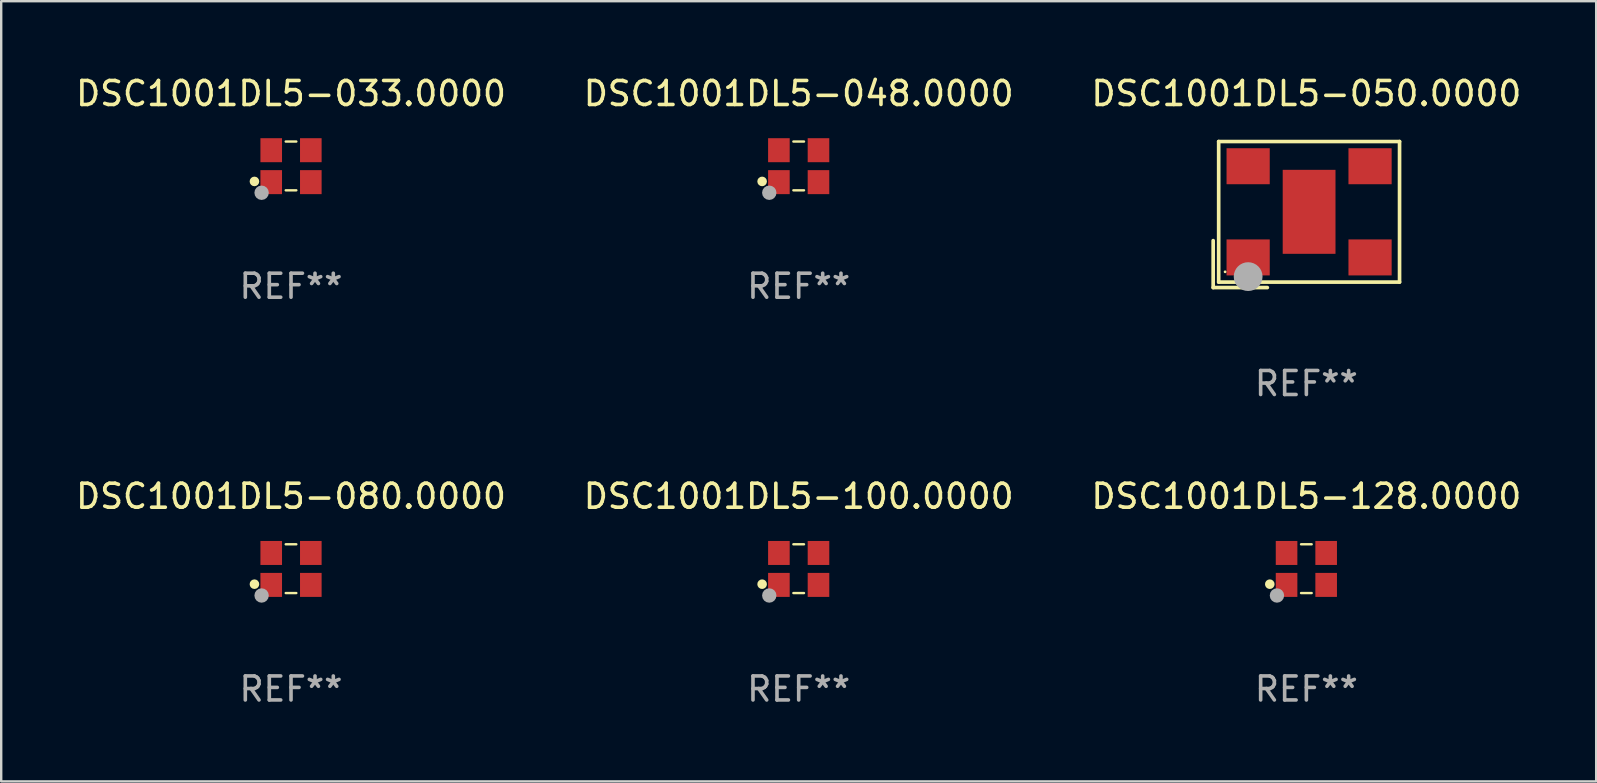
<source format=kicad_pcb>
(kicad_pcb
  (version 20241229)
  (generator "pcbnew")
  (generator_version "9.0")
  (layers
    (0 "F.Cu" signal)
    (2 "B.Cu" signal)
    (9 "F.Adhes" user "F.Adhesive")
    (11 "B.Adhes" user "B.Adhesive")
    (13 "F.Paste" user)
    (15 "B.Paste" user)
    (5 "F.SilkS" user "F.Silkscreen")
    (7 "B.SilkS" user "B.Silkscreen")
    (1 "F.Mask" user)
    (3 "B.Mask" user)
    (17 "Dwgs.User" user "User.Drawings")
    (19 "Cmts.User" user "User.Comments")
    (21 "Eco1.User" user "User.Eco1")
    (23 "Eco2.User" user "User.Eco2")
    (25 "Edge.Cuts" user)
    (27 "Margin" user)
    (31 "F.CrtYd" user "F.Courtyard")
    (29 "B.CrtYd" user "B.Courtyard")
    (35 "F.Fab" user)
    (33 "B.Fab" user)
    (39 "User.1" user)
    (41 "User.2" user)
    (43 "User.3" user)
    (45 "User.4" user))
  (footprint "DSC1001DL5-100.0000"
    (layer "F.Cu")
    (at 30.232 20.647)
    (property "Reference" "DSC1001DL5-100.0000" (at 0 -3.016 0) (layer "F.SilkS") (effects (font (size 1 1) (thickness 0.15))))
    (attr through_hole)
    (fp_line (start -0.221 -1.016) (end 0.221 -1.016) (stroke (width 0.1) (type solid)) (layer "F.SilkS"))
    (fp_line (start -0.221 1.016) (end 0.221 1.016) (stroke (width 0.1) (type solid)) (layer "F.SilkS"))
    (fp_circle (center -1.524 0.646) (end -1.424 0.646) (stroke (width 0.2) (type solid)) (fill no) (layer "F.SilkS"))
    (fp_circle (center -1.25 1) (end -1.22 1) (stroke (width 0.06) (type solid)) (fill no) (layer "F.SilkS"))
    (fp_circle (center -1.226 1.118) (end -1.076 1.118) (stroke (width 0.3) (type solid)) (fill no) (layer "F.Fab"))
    (fp_text user "REF**" (at 0 5.016 0) (layer "F.Fab") (effects (font (size 1 1) (thickness 0.15))))
    (pad "1" smd rect (at -0.825 0.676) (size 0.9 1) (layers "F.Cu" "F.Mask" "F.Paste"))
    (pad "2" smd rect (at 0.825 0.676) (size 0.9 1) (layers "F.Cu" "F.Mask" "F.Paste"))
    (pad "3" smd rect (at 0.825 -0.655) (size 0.9 1) (layers "F.Cu" "F.Mask" "F.Paste"))
    (pad "4" smd rect (at -0.825 -0.655) (size 0.9 1) (layers "F.Cu" "F.Mask" "F.Paste")))
  (footprint "DSC1001DL5-048.0000"
    (layer "F.Cu")
    (at 30.232 3.864)
    (property "Reference" "DSC1001DL5-048.0000" (at 0 -3.016 0) (layer "F.SilkS") (effects (font (size 1 1) (thickness 0.15))))
    (attr through_hole)
    (fp_line (start -0.221 -1.016) (end 0.221 -1.016) (stroke (width 0.1) (type solid)) (layer "F.SilkS"))
    (fp_line (start -0.221 1.016) (end 0.221 1.016) (stroke (width 0.1) (type solid)) (layer "F.SilkS"))
    (fp_circle (center -1.524 0.646) (end -1.424 0.646) (stroke (width 0.2) (type solid)) (fill no) (layer "F.SilkS"))
    (fp_circle (center -1.25 1) (end -1.22 1) (stroke (width 0.06) (type solid)) (fill no) (layer "F.SilkS"))
    (fp_circle (center -1.226 1.118) (end -1.076 1.118) (stroke (width 0.3) (type solid)) (fill no) (layer "F.Fab"))
    (fp_text user "REF**" (at 0 5.016 0) (layer "F.Fab") (effects (font (size 1 1) (thickness 0.15))))
    (pad "1" smd rect (at -0.825 0.676) (size 0.9 1) (layers "F.Cu" "F.Mask" "F.Paste"))
    (pad "2" smd rect (at 0.825 0.676) (size 0.9 1) (layers "F.Cu" "F.Mask" "F.Paste"))
    (pad "3" smd rect (at 0.825 -0.655) (size 0.9 1) (layers "F.Cu" "F.Mask" "F.Paste"))
    (pad "4" smd rect (at -0.825 -0.655) (size 0.9 1) (layers "F.Cu" "F.Mask" "F.Paste")))
  (footprint "DSC1001DL5-128.0000"
    (layer "F.Cu")
    (at 51.387 20.647)
    (property "Reference" "DSC1001DL5-128.0000" (at 0 -3.016 0) (layer "F.SilkS") (effects (font (size 1 1) (thickness 0.15))))
    (attr through_hole)
    (fp_line (start -0.221 -1.016) (end 0.221 -1.016) (stroke (width 0.1) (type solid)) (layer "F.SilkS"))
    (fp_line (start -0.221 1.016) (end 0.221 1.016) (stroke (width 0.1) (type solid)) (layer "F.SilkS"))
    (fp_circle (center -1.524 0.646) (end -1.424 0.646) (stroke (width 0.2) (type solid)) (fill no) (layer "F.SilkS"))
    (fp_circle (center -1.25 1) (end -1.22 1) (stroke (width 0.06) (type solid)) (fill no) (layer "F.SilkS"))
    (fp_circle (center -1.226 1.118) (end -1.076 1.118) (stroke (width 0.3) (type solid)) (fill no) (layer "F.Fab"))
    (fp_text user "REF**" (at 0 5.016 0) (layer "F.Fab") (effects (font (size 1 1) (thickness 0.15))))
    (pad "1" smd rect (at -0.825 0.676) (size 0.9 1) (layers "F.Cu" "F.Mask" "F.Paste"))
    (pad "2" smd rect (at 0.825 0.676) (size 0.9 1) (layers "F.Cu" "F.Mask" "F.Paste"))
    (pad "3" smd rect (at 0.825 -0.655) (size 0.9 1) (layers "F.Cu" "F.Mask" "F.Paste"))
    (pad "4" smd rect (at -0.825 -0.655) (size 0.9 1) (layers "F.Cu" "F.Mask" "F.Paste")))
  (footprint "DSC1001DL5-033.0000"
    (layer "F.Cu")
    (at 9.077 3.864)
    (property "Reference" "DSC1001DL5-033.0000" (at 0 -3.016 0) (layer "F.SilkS") (effects (font (size 1 1) (thickness 0.15))))
    (attr through_hole)
    (fp_line (start -0.221 -1.016) (end 0.221 -1.016) (stroke (width 0.1) (type solid)) (layer "F.SilkS"))
    (fp_line (start -0.221 1.016) (end 0.221 1.016) (stroke (width 0.1) (type solid)) (layer "F.SilkS"))
    (fp_circle (center -1.524 0.646) (end -1.424 0.646) (stroke (width 0.2) (type solid)) (fill no) (layer "F.SilkS"))
    (fp_circle (center -1.25 1) (end -1.22 1) (stroke (width 0.06) (type solid)) (fill no) (layer "F.SilkS"))
    (fp_circle (center -1.226 1.118) (end -1.076 1.118) (stroke (width 0.3) (type solid)) (fill no) (layer "F.Fab"))
    (fp_text user "REF**" (at 0 5.016 0) (layer "F.Fab") (effects (font (size 1 1) (thickness 0.15))))
    (pad "1" smd rect (at -0.825 0.676) (size 0.9 1) (layers "F.Cu" "F.Mask" "F.Paste"))
    (pad "2" smd rect (at 0.825 0.676) (size 0.9 1) (layers "F.Cu" "F.Mask" "F.Paste"))
    (pad "3" smd rect (at 0.825 -0.655) (size 0.9 1) (layers "F.Cu" "F.Mask" "F.Paste"))
    (pad "4" smd rect (at -0.825 -0.655) (size 0.9 1) (layers "F.Cu" "F.Mask" "F.Paste")))
  (footprint "DSC1001DL5-050.0000"
    (layer "F.Cu")
    (at 51.387 5.891)
    (property "Reference" "DSC1001DL5-050.0000" (at 0 -5.043 0) (layer "F.SilkS") (effects (font (size 1 1) (thickness 0.15))))
    (attr through_hole)
    (fp_line (start -3.883 1.086) (end -3.883 3.043) (stroke (width 0.152) (type solid)) (layer "F.SilkS"))
    (fp_line (start -3.883 3.043) (end -1.626 3.043) (stroke (width 0.152) (type solid)) (layer "F.SilkS"))
    (fp_line (start -3.654 -3.043) (end 3.883 -3.043) (stroke (width 0.152) (type solid)) (layer "F.SilkS"))
    (fp_line (start -3.654 2.814) (end -3.654 -3.043) (stroke (width 0.152) (type solid)) (layer "F.SilkS"))
    (fp_line (start 3.883 -3.043) (end 3.883 2.814) (stroke (width 0.152) (type solid)) (layer "F.SilkS"))
    (fp_line (start 3.883 2.814) (end -3.654 2.814) (stroke (width 0.152) (type solid)) (layer "F.SilkS"))
    (fp_circle (center -3.386 2.386) (end -3.356 2.386) (stroke (width 0.06) (type solid)) (fill no) (layer "F.SilkS"))
    (fp_circle (center -2.426 2.586) (end -2.126 2.586) (stroke (width 0.6) (type solid)) (fill no) (layer "F.Fab"))
    (fp_text user "REF**" (at 0 7.043 0) (layer "F.Fab") (effects (font (size 1 1) (thickness 0.15))))
    (pad "1" smd rect (at -2.426 1.786) (size 1.8 1.5) (layers "F.Cu" "F.Mask" "F.Paste"))
    (pad "2" smd rect (at 2.654 1.786) (size 1.8 1.5) (layers "F.Cu" "F.Mask" "F.Paste"))
    (pad "3" smd rect (at 2.654 -2.014) (size 1.8 1.5) (layers "F.Cu" "F.Mask" "F.Paste"))
    (pad "4" smd rect (at -2.426 -2.014) (size 1.8 1.5) (layers "F.Cu" "F.Mask" "F.Paste"))
    (pad "5" smd rect (at 0.114 -0.114) (size 2.2 3.5) (layers "F.Cu" "F.Mask" "F.Paste")))
  (footprint "DSC1001DL5-080.0000"
    (layer "F.Cu")
    (at 9.077 20.647)
    (property "Reference" "DSC1001DL5-080.0000" (at 0 -3.016 0) (layer "F.SilkS") (effects (font (size 1 1) (thickness 0.15))))
    (attr through_hole)
    (fp_line (start -0.221 -1.016) (end 0.221 -1.016) (stroke (width 0.1) (type solid)) (layer "F.SilkS"))
    (fp_line (start -0.221 1.016) (end 0.221 1.016) (stroke (width 0.1) (type solid)) (layer "F.SilkS"))
    (fp_circle (center -1.524 0.646) (end -1.424 0.646) (stroke (width 0.2) (type solid)) (fill no) (layer "F.SilkS"))
    (fp_circle (center -1.25 1) (end -1.22 1) (stroke (width 0.06) (type solid)) (fill no) (layer "F.SilkS"))
    (fp_circle (center -1.226 1.118) (end -1.076 1.118) (stroke (width 0.3) (type solid)) (fill no) (layer "F.Fab"))
    (fp_text user "REF**" (at 0 5.016 0) (layer "F.Fab") (effects (font (size 1 1) (thickness 0.15))))
    (pad "1" smd rect (at -0.825 0.676) (size 0.9 1) (layers "F.Cu" "F.Mask" "F.Paste"))
    (pad "2" smd rect (at 0.825 0.676) (size 0.9 1) (layers "F.Cu" "F.Mask" "F.Paste"))
    (pad "3" smd rect (at 0.825 -0.655) (size 0.9 1) (layers "F.Cu" "F.Mask" "F.Paste"))
    (pad "4" smd rect (at -0.825 -0.655) (size 0.9 1) (layers "F.Cu" "F.Mask" "F.Paste")))
  (gr_rect
    (start -3 -3)
    (end 63.464 29.511)
    (stroke (width 0.1) (type default))
    (fill no)
    (layer "Edge.Cuts")))
</source>
